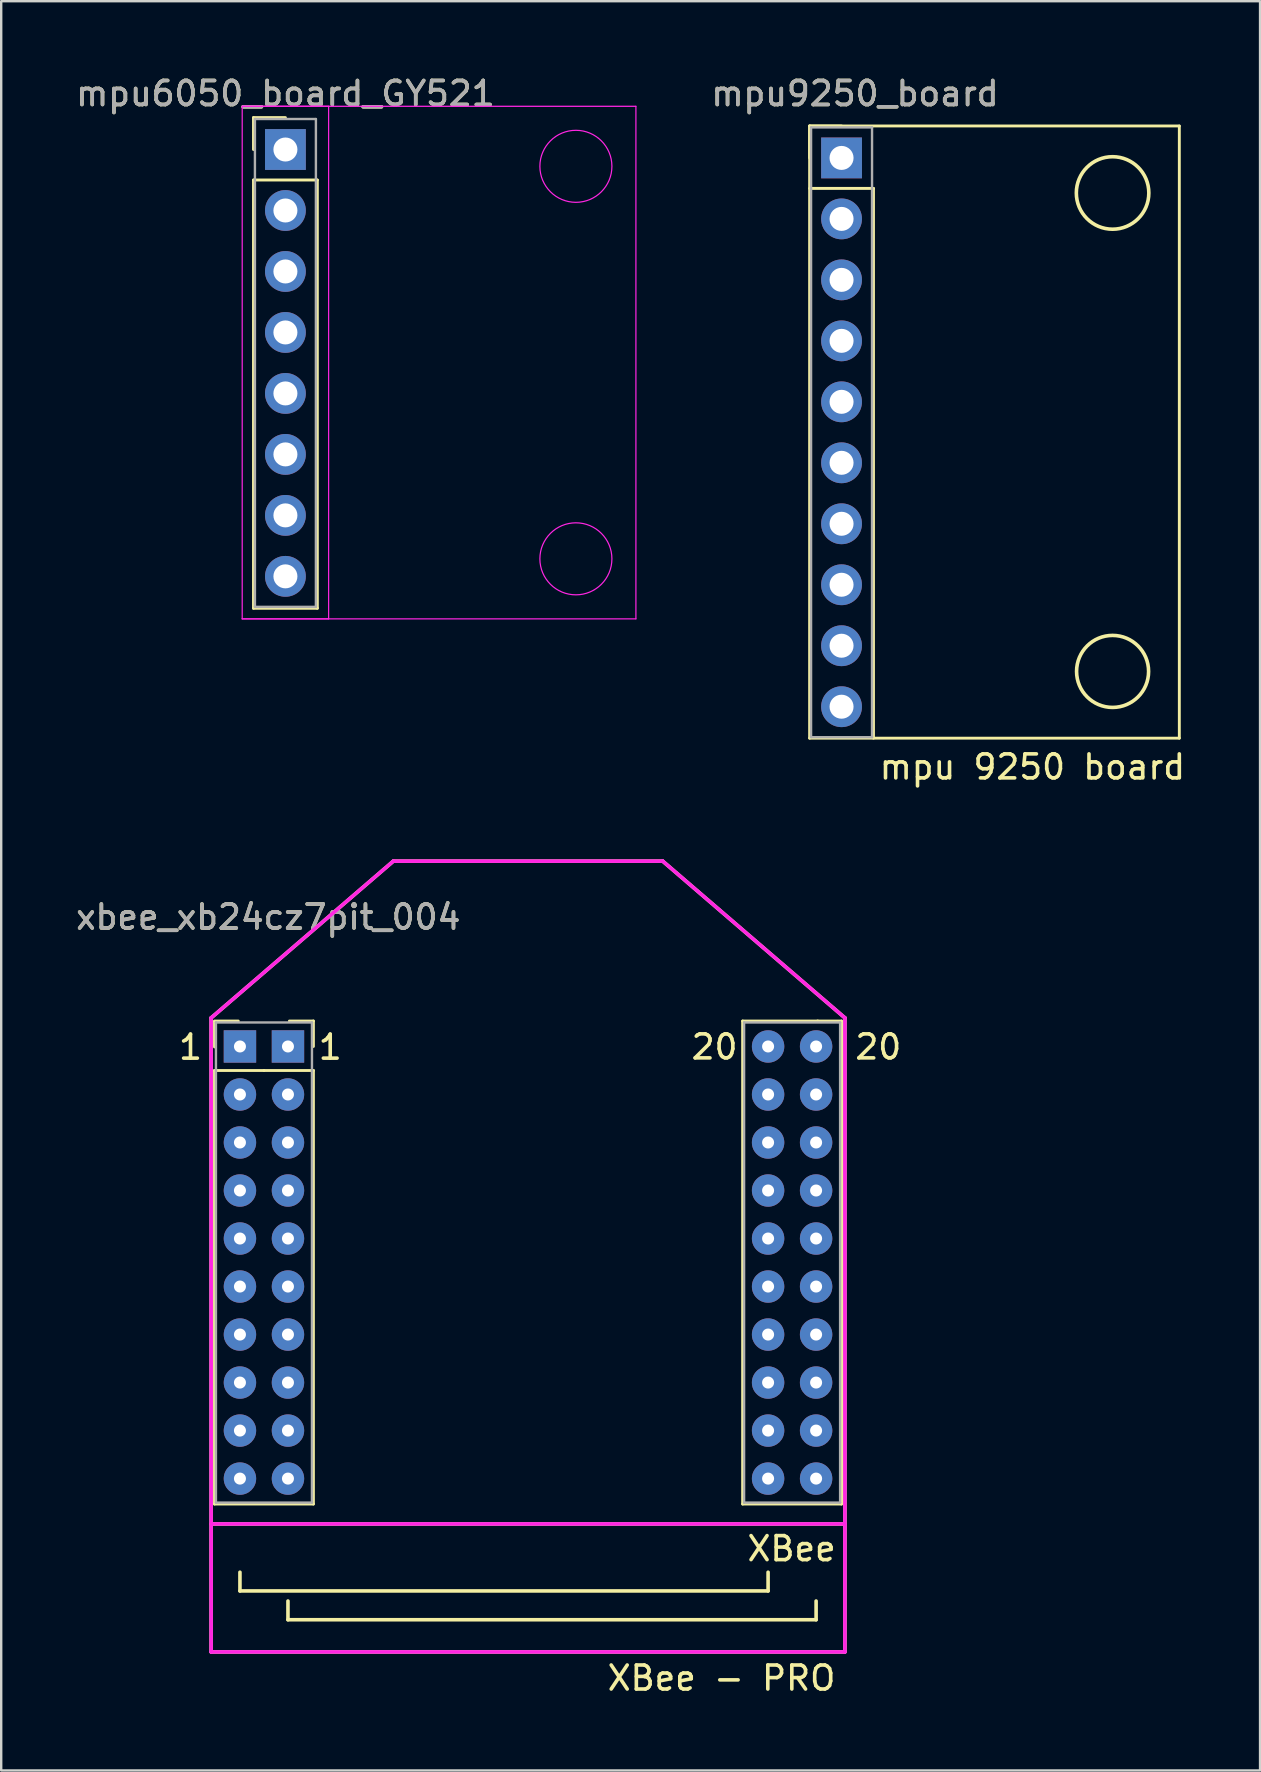
<source format=kicad_pcb>
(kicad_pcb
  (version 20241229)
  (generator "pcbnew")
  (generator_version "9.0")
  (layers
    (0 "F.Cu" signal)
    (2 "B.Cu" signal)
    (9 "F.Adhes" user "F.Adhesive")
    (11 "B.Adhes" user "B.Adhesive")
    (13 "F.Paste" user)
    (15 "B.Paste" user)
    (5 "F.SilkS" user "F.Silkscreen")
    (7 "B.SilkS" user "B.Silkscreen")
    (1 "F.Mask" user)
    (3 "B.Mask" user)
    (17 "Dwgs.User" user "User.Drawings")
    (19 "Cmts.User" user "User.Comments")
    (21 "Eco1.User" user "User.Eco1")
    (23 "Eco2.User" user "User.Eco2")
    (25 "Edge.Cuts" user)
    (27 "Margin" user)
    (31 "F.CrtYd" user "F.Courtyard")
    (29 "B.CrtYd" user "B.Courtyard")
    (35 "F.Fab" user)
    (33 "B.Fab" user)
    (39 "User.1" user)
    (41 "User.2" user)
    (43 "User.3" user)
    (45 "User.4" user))
  (footprint "xbee_xb24cz7pit_004"
    (layer "F.Cu")
    (at 8.945 40.541)
    (property "Reference" "xbee_xb24cz7pit_004" (at -0.82 -5.39 0) (layer "F.SilkS") (effects (font (size 1 1) (thickness 0.15))))
    (attr through_hole)
    (fp_line (start -3.2 -1.19) (end 4.39 -7.72) (stroke (width 0.15) (type solid)) (layer "F.SilkS"))
    (fp_line (start -3.2 19.89) (end 23.2 19.89) (stroke (width 0.15) (type solid)) (layer "F.SilkS"))
    (fp_line (start -3.2 25.22) (end -3.2 -1.19) (stroke (width 0.15) (type solid)) (layer "F.SilkS"))
    (fp_line (start -3.2 25.22) (end 23.2 25.22) (stroke (width 0.15) (type solid)) (layer "F.SilkS"))
    (fp_line (start -3.06 0.02) (end -3.06 -1.04) (stroke (width 0.12) (type solid)) (layer "F.SilkS"))
    (fp_line (start -3.06 1) (end -1 1) (stroke (width 0.12) (type solid)) (layer "F.SilkS"))
    (fp_line (start -3.06 19.06) (end -3.06 1) (stroke (width 0.12) (type solid)) (layer "F.SilkS"))
    (fp_line (start -2.07 -1.06) (end -3.06 -1.06) (stroke (width 0.12) (type solid)) (layer "F.SilkS"))
    (fp_line (start -2 22.68) (end -2 21.9) (stroke (width 0.15) (type solid)) (layer "F.SilkS"))
    (fp_line (start -2 22.68) (end 20 22.68) (stroke (width 0.15) (type solid)) (layer "F.SilkS"))
    (fp_line (start -1 1) (end 1.06 1) (stroke (width 0.12) (type solid)) (layer "F.SilkS"))
    (fp_line (start 0 23.88) (end 0 23.1) (stroke (width 0.15) (type solid)) (layer "F.SilkS"))
    (fp_line (start 0 23.88) (end 22 23.88) (stroke (width 0.15) (type solid)) (layer "F.SilkS"))
    (fp_line (start 1.06 -1.06) (end 0.06 -1.06) (stroke (width 0.12) (type solid)) (layer "F.SilkS"))
    (fp_line (start 1.06 0) (end 1.06 -1.06) (stroke (width 0.12) (type solid)) (layer "F.SilkS"))
    (fp_line (start 1.06 1) (end 1.06 19.06) (stroke (width 0.12) (type solid)) (layer "F.SilkS"))
    (fp_line (start 1.06 19.06) (end -3.06 19.06) (stroke (width 0.12) (type solid)) (layer "F.SilkS"))
    (fp_line (start 4.39 -7.72) (end 15.61 -7.72) (stroke (width 0.15) (type solid)) (layer "F.SilkS"))
    (fp_line (start 15.61 -7.72) (end 23.2 -1.19) (stroke (width 0.15) (type solid)) (layer "F.SilkS"))
    (fp_line (start 18.94 -1.06) (end 22.07 -1.06) (stroke (width 0.12) (type solid)) (layer "F.SilkS"))
    (fp_line (start 18.94 19.06) (end 18.94 -1.06) (stroke (width 0.12) (type solid)) (layer "F.SilkS"))
    (fp_line (start 20 22.68) (end 20 21.9) (stroke (width 0.15) (type solid)) (layer "F.SilkS"))
    (fp_line (start 22 23.88) (end 22 23.1) (stroke (width 0.15) (type solid)) (layer "F.SilkS"))
    (fp_line (start 23.06 -1.06) (end 22.06 -1.06) (stroke (width 0.12) (type solid)) (layer "F.SilkS"))
    (fp_line (start 23.06 1) (end 23.06 19.06) (stroke (width 0.12) (type solid)) (layer "F.SilkS"))
    (fp_line (start 23.06 1.02) (end 23.06 -1.06) (stroke (width 0.12) (type solid)) (layer "F.SilkS"))
    (fp_line (start 23.06 19.06) (end 18.94 19.06) (stroke (width 0.12) (type solid)) (layer "F.SilkS"))
    (fp_line (start 23.2 25.22) (end 23.2 -1.19) (stroke (width 0.15) (type solid)) (layer "F.SilkS"))
    (fp_line (start -3.2 -1.19) (end 4.39 -7.72) (stroke (width 0.15) (type solid)) (layer "F.CrtYd"))
    (fp_line (start -3.2 19.89) (end 23.2 19.89) (stroke (width 0.15) (type solid)) (layer "F.CrtYd"))
    (fp_line (start -3.2 25.22) (end -3.2 -1.19) (stroke (width 0.15) (type solid)) (layer "F.CrtYd"))
    (fp_line (start -3.2 25.22) (end 23.2 25.22) (stroke (width 0.15) (type solid)) (layer "F.CrtYd"))
    (fp_line (start 4.39 -7.72) (end 15.61 -7.72) (stroke (width 0.15) (type solid)) (layer "F.CrtYd"))
    (fp_line (start 15.61 -7.72) (end 23.2 -1.19) (stroke (width 0.15) (type solid)) (layer "F.CrtYd"))
    (fp_line (start 23.2 25.22) (end 23.2 -1.19) (stroke (width 0.15) (type solid)) (layer "F.CrtYd"))
    (fp_line (start -3 -1) (end -3 19) (stroke (width 0.1) (type solid)) (layer "F.Fab"))
    (fp_line (start -3 19) (end 1 19) (stroke (width 0.1) (type solid)) (layer "F.Fab"))
    (fp_line (start 1 -1) (end -3 -1) (stroke (width 0.1) (type solid)) (layer "F.Fab"))
    (fp_line (start 1 19) (end 1 -1) (stroke (width 0.1) (type solid)) (layer "F.Fab"))
    (fp_line (start 19 -1) (end 19 19) (stroke (width 0.1) (type solid)) (layer "F.Fab"))
    (fp_line (start 19 19) (end 23 19) (stroke (width 0.1) (type solid)) (layer "F.Fab"))
    (fp_line (start 23 -1) (end 19 -1) (stroke (width 0.1) (type solid)) (layer "F.Fab"))
    (fp_line (start 23 19) (end 23 -1) (stroke (width 0.1) (type solid)) (layer "F.Fab"))
    (fp_text user "1" (at 1.76 0.03 0) (layer "F.SilkS") (effects (font (size 1 1) (thickness 0.15))))
    (fp_text user "20" (at 24.59 0.02 0) (layer "F.SilkS") (effects (font (size 1 1) (thickness 0.15))))
    (fp_text user "XBee" (at 20.98 20.92 0) (layer "F.SilkS") (effects (font (size 1 1) (thickness 0.15))))
    (fp_text user "20" (at 17.77 0.02 0) (layer "F.SilkS") (effects (font (size 1 1) (thickness 0.15))))
    (fp_text user "XBee - PRO" (at 18.06 26.31 0) (layer "F.SilkS") (effects (font (size 1 1) (thickness 0.15))))
    (fp_text user "1" (at -4.06 0.03 0) (layer "F.SilkS") (effects (font (size 1 1) (thickness 0.15))))
    (fp_text user "${REFERENCE}" (at -0.82 -5.39 0) (layer "F.Fab") (effects (font (size 1 1) (thickness 0.15))))
    (pad "1" thru_hole rect (at -2 0) (size 1.35 1.35) (drill 0.5) (layers "*.Cu" "*.Mask"))
    (pad "1" thru_hole rect (at 0 0) (size 1.35 1.35) (drill 0.5) (layers "*.Cu" "*.Mask"))
    (pad "2" thru_hole oval (at -2 2) (size 1.35 1.35) (drill 0.5) (layers "*.Cu" "*.Mask"))
    (pad "2" thru_hole oval (at 0 2) (size 1.35 1.35) (drill 0.5) (layers "*.Cu" "*.Mask"))
    (pad "3" thru_hole oval (at -2 4) (size 1.35 1.35) (drill 0.5) (layers "*.Cu" "*.Mask"))
    (pad "3" thru_hole oval (at 0 4) (size 1.35 1.35) (drill 0.5) (layers "*.Cu" "*.Mask"))
    (pad "4" thru_hole oval (at -2 6) (size 1.35 1.35) (drill 0.5) (layers "*.Cu" "*.Mask"))
    (pad "4" thru_hole oval (at 0 6) (size 1.35 1.35) (drill 0.5) (layers "*.Cu" "*.Mask"))
    (pad "5" thru_hole oval (at -2 8) (size 1.35 1.35) (drill 0.5) (layers "*.Cu" "*.Mask"))
    (pad "5" thru_hole oval (at 0 8) (size 1.35 1.35) (drill 0.5) (layers "*.Cu" "*.Mask"))
    (pad "6" thru_hole oval (at -2 10) (size 1.35 1.35) (drill 0.5) (layers "*.Cu" "*.Mask"))
    (pad "6" thru_hole oval (at 0 10) (size 1.35 1.35) (drill 0.5) (layers "*.Cu" "*.Mask"))
    (pad "7" thru_hole oval (at -2 12) (size 1.35 1.35) (drill 0.5) (layers "*.Cu" "*.Mask"))
    (pad "7" thru_hole oval (at 0 12) (size 1.35 1.35) (drill 0.5) (layers "*.Cu" "*.Mask"))
    (pad "8" thru_hole oval (at -2 14) (size 1.35 1.35) (drill 0.5) (layers "*.Cu" "*.Mask"))
    (pad "8" thru_hole oval (at 0 14) (size 1.35 1.35) (drill 0.5) (layers "*.Cu" "*.Mask"))
    (pad "9" thru_hole oval (at -2 16) (size 1.35 1.35) (drill 0.5) (layers "*.Cu" "*.Mask"))
    (pad "9" thru_hole oval (at 0 16) (size 1.35 1.35) (drill 0.5) (layers "*.Cu" "*.Mask"))
    (pad "10" thru_hole oval (at -2 18) (size 1.35 1.35) (drill 0.5) (layers "*.Cu" "*.Mask"))
    (pad "10" thru_hole oval (at 0 18) (size 1.35 1.35) (drill 0.5) (layers "*.Cu" "*.Mask"))
    (pad "11" thru_hole oval (at 20 18) (size 1.35 1.35) (drill 0.5) (layers "*.Cu" "*.Mask"))
    (pad "11" thru_hole oval (at 22 18) (size 1.35 1.35) (drill 0.5) (layers "*.Cu" "*.Mask"))
    (pad "12" thru_hole oval (at 20 16) (size 1.35 1.35) (drill 0.5) (layers "*.Cu" "*.Mask"))
    (pad "12" thru_hole oval (at 22 16) (size 1.35 1.35) (drill 0.5) (layers "*.Cu" "*.Mask"))
    (pad "13" thru_hole oval (at 20 14) (size 1.35 1.35) (drill 0.5) (layers "*.Cu" "*.Mask"))
    (pad "13" thru_hole oval (at 22 14) (size 1.35 1.35) (drill 0.5) (layers "*.Cu" "*.Mask"))
    (pad "14" thru_hole oval (at 20 12) (size 1.35 1.35) (drill 0.5) (layers "*.Cu" "*.Mask"))
    (pad "14" thru_hole oval (at 22 12) (size 1.35 1.35) (drill 0.5) (layers "*.Cu" "*.Mask"))
    (pad "15" thru_hole oval (at 20 10) (size 1.35 1.35) (drill 0.5) (layers "*.Cu" "*.Mask"))
    (pad "15" thru_hole oval (at 22 10) (size 1.35 1.35) (drill 0.5) (layers "*.Cu" "*.Mask"))
    (pad "16" thru_hole oval (at 20 8) (size 1.35 1.35) (drill 0.5) (layers "*.Cu" "*.Mask"))
    (pad "16" thru_hole oval (at 22 8) (size 1.35 1.35) (drill 0.5) (layers "*.Cu" "*.Mask"))
    (pad "17" thru_hole oval (at 20 6) (size 1.35 1.35) (drill 0.5) (layers "*.Cu" "*.Mask"))
    (pad "17" thru_hole oval (at 22 6) (size 1.35 1.35) (drill 0.5) (layers "*.Cu" "*.Mask"))
    (pad "18" thru_hole oval (at 20 4) (size 1.35 1.35) (drill 0.5) (layers "*.Cu" "*.Mask"))
    (pad "18" thru_hole oval (at 22 4) (size 1.35 1.35) (drill 0.5) (layers "*.Cu" "*.Mask"))
    (pad "19" thru_hole oval (at 20 2) (size 1.35 1.35) (drill 0.5) (layers "*.Cu" "*.Mask"))
    (pad "19" thru_hole oval (at 22 2) (size 1.35 1.35) (drill 0.5) (layers "*.Cu" "*.Mask"))
    (pad "20" thru_hole oval (at 20 0) (size 1.35 1.35) (drill 0.5) (layers "*.Cu" "*.Mask"))
    (pad "20" thru_hole circle (at 22 0) (size 1.35 1.35) (drill 0.5) (layers "*.Cu" "*.Mask")))
  (footprint "mpu9250_board"
    (layer "F.Cu")
    (at 32.005 3.528)
    (property "Reference" "mpu9250_board" (at 0.56 -2.68 0) (layer "F.SilkS") (effects (font (size 1 1) (thickness 0.15))))
    (attr through_hole)
    (fp_line (start -1.33 -1.33) (end 0 -1.33) (stroke (width 0.12) (type solid)) (layer "F.SilkS"))
    (fp_line (start -1.33 -1.33) (end 14.07 -1.33) (stroke (width 0.12) (type solid)) (layer "F.SilkS"))
    (fp_line (start -1.33 0) (end -1.33 -1.33) (stroke (width 0.12) (type solid)) (layer "F.SilkS"))
    (fp_line (start -1.33 24.17) (end -1.33 -1.33) (stroke (width 0.12) (type solid)) (layer "F.SilkS"))
    (fp_line (start -1.33 24.17) (end 14.07 24.17) (stroke (width 0.12) (type solid)) (layer "F.SilkS"))
    (fp_line (start 1.33 1.27) (end -1.33 1.27) (stroke (width 0.12) (type solid)) (layer "F.SilkS"))
    (fp_line (start 1.33 24.17) (end 1.33 1.27) (stroke (width 0.12) (type solid)) (layer "F.SilkS"))
    (fp_line (start 14.07 24.17) (end 14.07 -1.33) (stroke (width 0.12) (type solid)) (layer "F.SilkS"))
    (fp_circle (center 11.29 1.46) (end 11.29 -0.05) (stroke (width 0.15) (type solid)) (fill no) (layer "F.SilkS"))
    (fp_circle (center 11.29 21.39) (end 11.29 22.89) (stroke (width 0.15) (type solid)) (fill no) (layer "F.SilkS"))
    (fp_line (start -1.27 -1.27) (end -1.27 24.13) (stroke (width 0.1) (type solid)) (layer "F.Fab"))
    (fp_line (start -1.27 24.13) (end 1.27 24.13) (stroke (width 0.1) (type solid)) (layer "F.Fab"))
    (fp_line (start 1.27 -1.27) (end -1.27 -1.27) (stroke (width 0.1) (type solid)) (layer "F.Fab"))
    (fp_line (start 1.27 24.13) (end 1.27 -1.27) (stroke (width 0.1) (type solid)) (layer "F.Fab"))
    (fp_text user "mpu 9250 board" (at 7.95 25.37 0) (layer "F.SilkS") (effects (font (size 1 1) (thickness 0.15))))
    (fp_text user "${REFERENCE}" (at 0.56 -2.68 0) (layer "F.Fab") (effects (font (size 1 1) (thickness 0.15))))
    (pad "1" thru_hole rect (at 0 0) (size 1.7 1.7) (drill 1) (layers "*.Cu" "*.Mask"))
    (pad "2" thru_hole oval (at 0 2.54) (size 1.7 1.7) (drill 1) (layers "*.Cu" "*.Mask"))
    (pad "3" thru_hole oval (at 0 5.08) (size 1.7 1.7) (drill 1) (layers "*.Cu" "*.Mask"))
    (pad "4" thru_hole oval (at 0 7.62) (size 1.7 1.7) (drill 1) (layers "*.Cu" "*.Mask"))
    (pad "5" thru_hole oval (at 0 10.16) (size 1.7 1.7) (drill 1) (layers "*.Cu" "*.Mask"))
    (pad "6" thru_hole oval (at 0 12.7) (size 1.7 1.7) (drill 1) (layers "*.Cu" "*.Mask"))
    (pad "7" thru_hole oval (at 0 15.24) (size 1.7 1.7) (drill 1) (layers "*.Cu" "*.Mask"))
    (pad "8" thru_hole oval (at 0 17.78) (size 1.7 1.7) (drill 1) (layers "*.Cu" "*.Mask"))
    (pad "9" thru_hole oval (at 0 20.32) (size 1.7 1.7) (drill 1) (layers "*.Cu" "*.Mask"))
    (pad "10" thru_hole oval (at 0 22.86) (size 1.7 1.7) (drill 1) (layers "*.Cu" "*.Mask")))
  (footprint "mpu6050_board_GY521"
    (layer "F.Cu")
    (at 8.839 3.178)
    (property "Reference" "mpu6050_board_GY521" (at 0 -2.33 0) (layer "F.SilkS") (effects (font (size 1 1) (thickness 0.15))))
    (attr through_hole)
    (fp_line (start -1.33 -1.33) (end 0 -1.33) (stroke (width 0.12) (type solid)) (layer "F.SilkS"))
    (fp_line (start -1.33 0) (end -1.33 -1.33) (stroke (width 0.12) (type solid)) (layer "F.SilkS"))
    (fp_line (start -1.33 1.27) (end -1.33 19.11) (stroke (width 0.12) (type solid)) (layer "F.SilkS"))
    (fp_line (start -1.33 19.11) (end 1.33 19.11) (stroke (width 0.12) (type solid)) (layer "F.SilkS"))
    (fp_line (start 1.33 1.27) (end -1.33 1.27) (stroke (width 0.12) (type solid)) (layer "F.SilkS"))
    (fp_line (start 1.33 19.11) (end 1.33 1.27) (stroke (width 0.12) (type solid)) (layer "F.SilkS"))
    (fp_line (start -1.8 -1.8) (end -1.8 19.55) (stroke (width 0.05) (type solid)) (layer "F.CrtYd"))
    (fp_line (start -1.8 -1.8) (end 14.6 -1.8) (stroke (width 0.05) (type solid)) (layer "F.CrtYd"))
    (fp_line (start -1.8 19.55) (end 1.8 19.55) (stroke (width 0.05) (type solid)) (layer "F.CrtYd"))
    (fp_line (start 1.8 -1.8) (end -1.8 -1.8) (stroke (width 0.05) (type solid)) (layer "F.CrtYd"))
    (fp_line (start 1.8 19.55) (end 1.8 -1.8) (stroke (width 0.05) (type solid)) (layer "F.CrtYd"))
    (fp_line (start 14.6 -1.8) (end 14.6 19.55) (stroke (width 0.05) (type solid)) (layer "F.CrtYd"))
    (fp_line (start 14.6 19.55) (end -1.8 19.55) (stroke (width 0.05) (type solid)) (layer "F.CrtYd"))
    (fp_circle (center 12.1 0.7) (end 13.6 0.7) (stroke (width 0.05) (type solid)) (fill no) (layer "F.CrtYd"))
    (fp_circle (center 12.1 17.05) (end 13.6 17.05) (stroke (width 0.05) (type solid)) (fill no) (layer "F.CrtYd"))
    (fp_line (start -1.27 -1.27) (end -1.27 19.05) (stroke (width 0.1) (type solid)) (layer "F.Fab"))
    (fp_line (start -1.27 19.05) (end 1.27 19.05) (stroke (width 0.1) (type solid)) (layer "F.Fab"))
    (fp_line (start 1.27 -1.27) (end -1.27 -1.27) (stroke (width 0.1) (type solid)) (layer "F.Fab"))
    (fp_line (start 1.27 19.05) (end 1.27 -1.27) (stroke (width 0.1) (type solid)) (layer "F.Fab"))
    (fp_text user "${REFERENCE}" (at 0 -2.33 0) (layer "F.Fab") (effects (font (size 1 1) (thickness 0.15))))
    (pad "1" thru_hole rect (at 0 0) (size 1.7 1.7) (drill 1) (layers "*.Cu" "*.Mask"))
    (pad "2" thru_hole oval (at 0 2.54) (size 1.7 1.7) (drill 1) (layers "*.Cu" "*.Mask"))
    (pad "3" thru_hole oval (at 0 5.08) (size 1.7 1.7) (drill 1) (layers "*.Cu" "*.Mask"))
    (pad "4" thru_hole oval (at 0 7.62) (size 1.7 1.7) (drill 1) (layers "*.Cu" "*.Mask"))
    (pad "5" thru_hole oval (at 0 10.16) (size 1.7 1.7) (drill 1) (layers "*.Cu" "*.Mask"))
    (pad "6" thru_hole oval (at 0 12.7) (size 1.7 1.7) (drill 1) (layers "*.Cu" "*.Mask"))
    (pad "7" thru_hole oval (at 0 15.24) (size 1.7 1.7) (drill 1) (layers "*.Cu" "*.Mask"))
    (pad "8" thru_hole oval (at 0 17.78) (size 1.7 1.7) (drill 1) (layers "*.Cu" "*.Mask")))
  (gr_rect
    (start -3 -3)
    (end 49.438 70.7)
    (stroke (width 0.1) (type default))
    (fill no)
    (layer "Edge.Cuts")))
</source>
